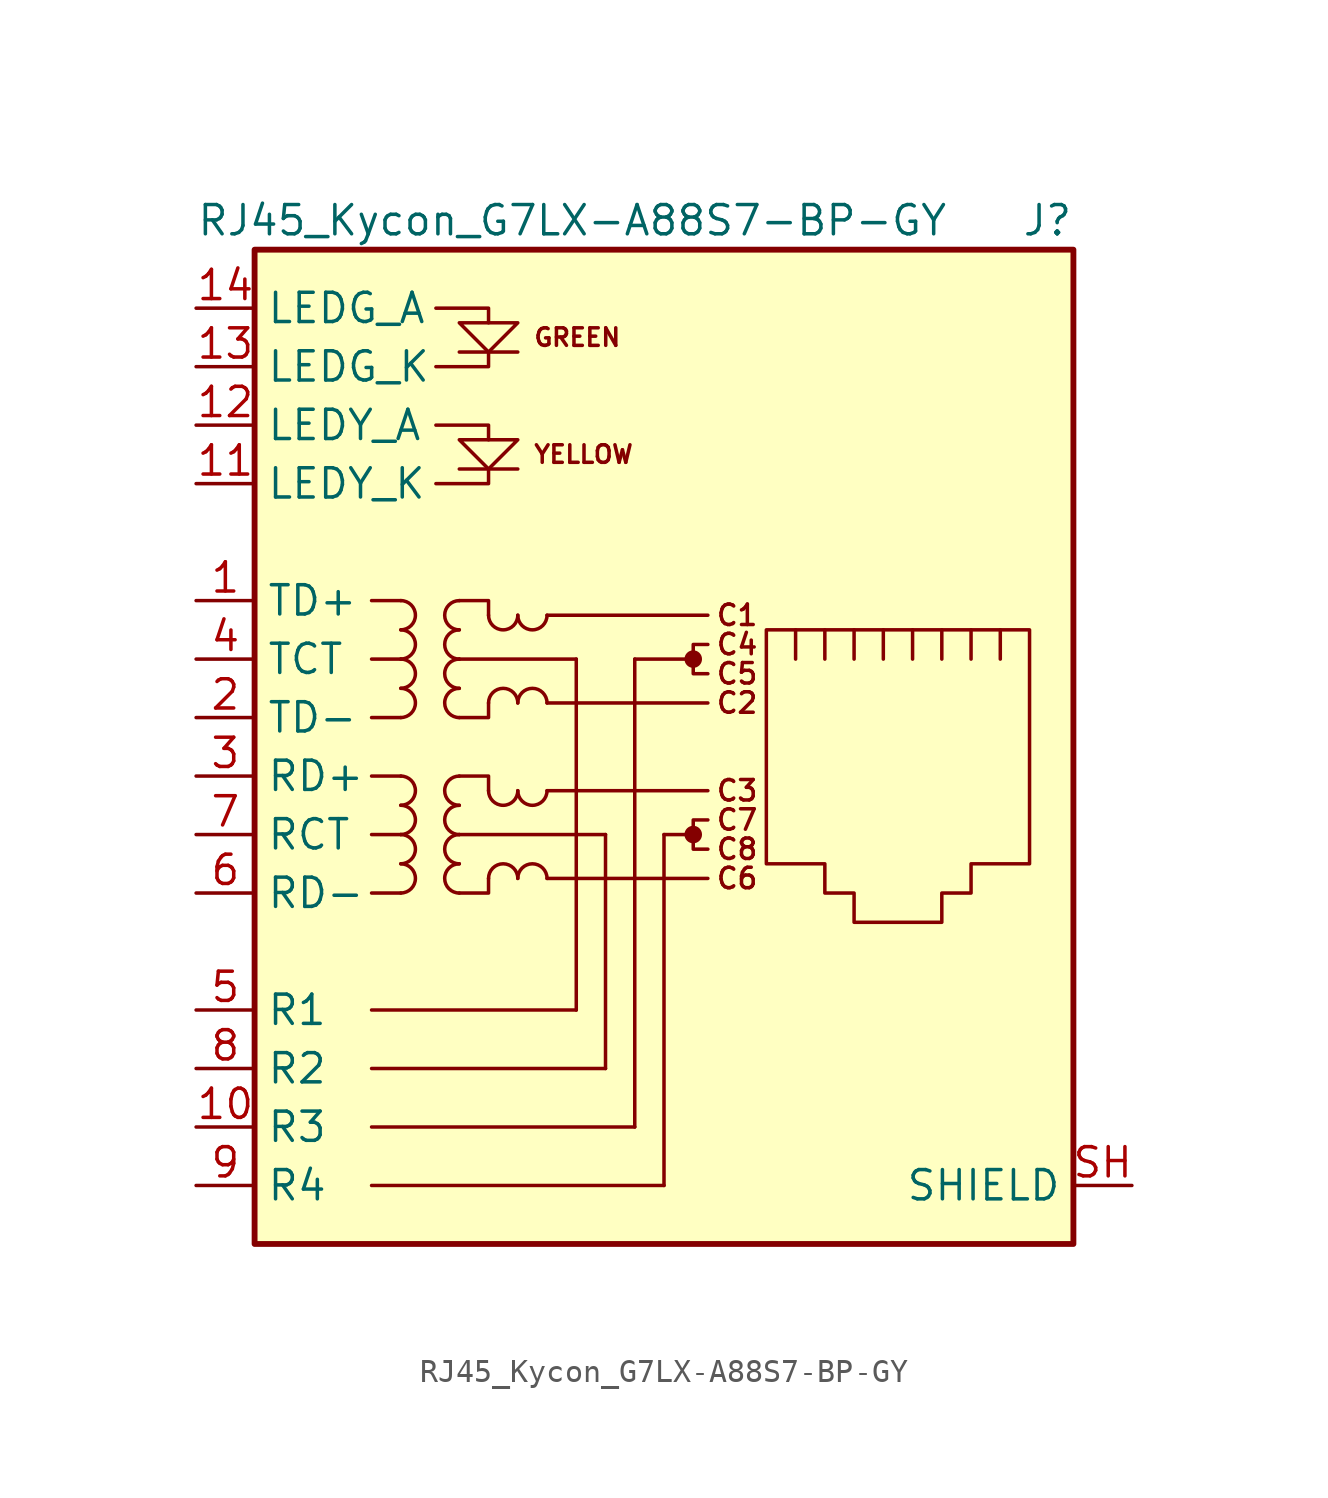
<source format=kicad_sym>
(kicad_symbol_lib
  (version 20220914)
  (generator kicad_symbol_editor)
  (symbol "RJ45_Kycon_G7LX-A88S7-BP-GY"
    (property "Reference" "J"
      (at 17.78 24.13 0)
      (effects (font (size 1.27 1.27)) (justify right)))
    (property "Value" "RJ45_Kycon_G7LX-A88S7-BP-GY"
      (at -20.32 24.13 0)
      (effects (font (size 1.27 1.27)) (justify left)))
    (symbol "RJ45_Kycon_G7LX-A88S7-BP-GY_0_0"
      (polyline (pts (xy -6.35 13.335) (xy -8.89 13.335)) (stroke (width 0) (type default)) (fill (type none)))
      (polyline (pts (xy -6.35 18.415) (xy -8.89 18.415)) (stroke (width 0) (type default)) (fill (type none)))
      (polyline (pts (xy -3.81 5.08) (xy -3.81 -10.16)) (stroke (width 0) (type default)) (fill (type none)))
      (polyline (pts (xy -2.54 -12.7) (xy -2.54 -2.54)) (stroke (width 0) (type default)) (fill (type none)))
      (polyline (pts (xy -1.27 -15.24) (xy -1.27 5.08)) (stroke (width 0) (type default)) (fill (type none)))
      (polyline (pts (xy 0 -17.78) (xy 0 -2.54)) (stroke (width 0) (type default)) (fill (type none)))
      (polyline (pts (xy 1.27 -2.54) (xy 0 -2.54)) (stroke (width 0) (type default)) (fill (type none)))
      (polyline (pts (xy 1.27 5.08) (xy -1.27 5.08)) (stroke (width 0) (type default)) (fill (type none)))
      (polyline (pts (xy -9.906 12.7) (xy -7.62 12.7) (xy -7.62 13.335)) (stroke (width 0) (type default)) (fill (type none)))
      (polyline (pts (xy -9.906 15.24) (xy -7.62 15.24) (xy -7.62 14.605)) (stroke (width 0) (type default)) (fill (type none)))
      (polyline (pts (xy -9.906 20.32) (xy -7.62 20.32) (xy -7.62 19.685)) (stroke (width 0) (type default)) (fill (type none)))
      (polyline (pts (xy -7.62 18.415) (xy -7.62 17.78) (xy -9.906 17.78)) (stroke (width 0) (type default)) (fill (type none)))
      (polyline (pts (xy -8.89 19.685) (xy -6.35 19.685) (xy -7.62 18.415) (xy -8.89 19.685)) (stroke (width 0) (type default)) (fill (type none)))
      (polyline (pts (xy -6.35 14.605) (xy -8.89 14.605) (xy -7.62 13.335) (xy -6.35 14.605)) (stroke (width 0) (type default)) (fill (type none)))
      (polyline (pts (xy 1.905 -1.905) (xy 1.27 -1.905) (xy 1.27 -3.175) (xy 1.905 -3.175)) (stroke (width 0) (type default)) (fill (type none)))
      (polyline (pts (xy 1.905 5.715) (xy 1.27 5.715) (xy 1.27 4.445) (xy 1.905 4.445)) (stroke (width 0) (type default)) (fill (type none)))
      (circle (center 1.27 -2.54) (radius 0.254) (stroke (width 0.254) (type default)) (fill (type outline)))
      (circle (center 1.27 5.08) (radius 0.254) (stroke (width 0.254) (type default)) (fill (type outline)))
      (text "C1" (at 3.175 6.985 0) (effects (font (size 0.889 0.889))))
      (text "C2" (at 3.175 3.175 0) (effects (font (size 0.889 0.889))))
      (text "C3" (at 3.175 -0.635 0) (effects (font (size 0.889 0.889))))
      (text "C4" (at 3.175 5.715 0) (effects (font (size 0.889 0.889))))
      (text "C5" (at 3.175 4.445 0) (effects (font (size 0.889 0.889))))
      (text "C6" (at 3.175 -4.445 0) (effects (font (size 0.889 0.889))))
      (text "C7" (at 3.175 -1.905 0) (effects (font (size 0.889 0.889))))
      (text "C8" (at 3.175 -3.175 0) (effects (font (size 0.889 0.889))))
      (text "GREEN" (at -5.715 19.05 0) (effects (font (size 0.762 0.762)) (justify left)))
      (text "YELLOW" (at -5.715 13.97 0) (effects (font (size 0.762 0.762)) (justify left))))
    (symbol "RJ45_Kycon_G7LX-A88S7-BP-GY_0_1"
      (rectangle (start -17.78 22.86) (end 17.78 -20.32) (stroke (width 0.254) (type default)) (fill (type background)))
      (arc (start -11.43 -5.08) (mid -10.7977 -4.445) (end -11.43 -3.81) (stroke (width 0) (type default)) (fill (type none)))
      (arc (start -11.43 -3.81) (mid -10.7977 -3.175) (end -11.43 -2.54) (stroke (width 0) (type default)) (fill (type none)))
      (arc (start -11.43 -2.54) (mid -10.7977 -1.905) (end -11.43 -1.27) (stroke (width 0) (type default)) (fill (type none)))
      (arc (start -11.43 -1.27) (mid -10.7977 -0.635) (end -11.43 0) (stroke (width 0) (type default)) (fill (type none)))
      (arc (start -11.43 2.54) (mid -10.7977 3.175) (end -11.43 3.81) (stroke (width 0) (type default)) (fill (type none)))
      (arc (start -11.43 3.81) (mid -10.7977 4.445) (end -11.43 5.08) (stroke (width 0) (type default)) (fill (type none)))
      (arc (start -11.43 5.08) (mid -10.7977 5.715) (end -11.43 6.35) (stroke (width 0) (type default)) (fill (type none)))
      (arc (start -11.43 6.35) (mid -10.7977 6.985) (end -11.43 7.62) (stroke (width 0) (type default)) (fill (type none)))
      (arc (start -8.89 -3.81) (mid -9.5223 -4.445) (end -8.89 -5.08) (stroke (width 0) (type default)) (fill (type none)))
      (arc (start -8.89 -2.54) (mid -9.5223 -3.175) (end -8.89 -3.81) (stroke (width 0) (type default)) (fill (type none)))
      (arc (start -8.89 -1.27) (mid -9.5223 -1.905) (end -8.89 -2.54) (stroke (width 0) (type default)) (fill (type none)))
      (arc (start -8.89 0) (mid -9.5223 -0.635) (end -8.89 -1.27) (stroke (width 0) (type default)) (fill (type none)))
      (arc (start -8.89 3.81) (mid -9.5223 3.175) (end -8.89 2.54) (stroke (width 0) (type default)) (fill (type none)))
      (arc (start -8.89 5.08) (mid -9.5223 4.445) (end -8.89 3.81) (stroke (width 0) (type default)) (fill (type none)))
      (arc (start -8.89 6.35) (mid -9.5223 5.715) (end -8.89 5.08) (stroke (width 0) (type default)) (fill (type none)))
      (arc (start -8.89 7.62) (mid -9.5223 6.985) (end -8.89 6.35) (stroke (width 0) (type default)) (fill (type none)))
      (arc (start -7.62 -0.635) (mid -6.985 -1.2673) (end -6.35 -0.635) (stroke (width 0) (type default)) (fill (type none)))
      (arc (start -7.62 6.985) (mid -6.985 6.3527) (end -6.35 6.985) (stroke (width 0) (type default)) (fill (type none)))
      (arc (start -6.35 -4.445) (mid -6.985 -3.8127) (end -7.62 -4.445) (stroke (width 0) (type default)) (fill (type none)))
      (arc (start -6.35 -0.635) (mid -5.715 -1.2673) (end -5.08 -0.635) (stroke (width 0) (type default)) (fill (type none)))
      (arc (start -6.35 3.175) (mid -6.985 3.8073) (end -7.62 3.175) (stroke (width 0) (type default)) (fill (type none)))
      (arc (start -6.35 6.985) (mid -5.715 6.3527) (end -5.08 6.985) (stroke (width 0) (type default)) (fill (type none)))
      (arc (start -5.08 -4.445) (mid -5.715 -3.8127) (end -6.35 -4.445) (stroke (width 0) (type default)) (fill (type none)))
      (arc (start -5.08 3.175) (mid -5.715 3.8073) (end -6.35 3.175) (stroke (width 0) (type default)) (fill (type none)))
      (polyline (pts (xy -12.7 -17.78) (xy 0 -17.78)) (stroke (width 0) (type default)) (fill (type none)))
      (polyline (pts (xy -12.7 -15.24) (xy -1.27 -15.24)) (stroke (width 0) (type default)) (fill (type none)))
      (polyline (pts (xy -12.7 -12.7) (xy -2.54 -12.7)) (stroke (width 0) (type default)) (fill (type none)))
      (polyline (pts (xy -12.7 -10.16) (xy -3.81 -10.16)) (stroke (width 0) (type default)) (fill (type none)))
      (polyline (pts (xy -11.43 -5.08) (xy -12.7 -5.08)) (stroke (width 0) (type default)) (fill (type none)))
      (polyline (pts (xy -11.43 -2.54) (xy -12.7 -2.54)) (stroke (width 0) (type default)) (fill (type none)))
      (polyline (pts (xy -11.43 0) (xy -12.7 0)) (stroke (width 0) (type default)) (fill (type none)))
      (polyline (pts (xy -11.43 2.54) (xy -12.7 2.54)) (stroke (width 0) (type default)) (fill (type none)))
      (polyline (pts (xy -11.43 5.08) (xy -12.7 5.08)) (stroke (width 0) (type default)) (fill (type none)))
      (polyline (pts (xy -11.43 7.62) (xy -12.7 7.62)) (stroke (width 0) (type default)) (fill (type none)))
      (polyline (pts (xy -5.08 -4.445) (xy 1.905 -4.445)) (stroke (width 0) (type default)) (fill (type none)))
      (polyline (pts (xy -5.08 -0.635) (xy 1.905 -0.635)) (stroke (width 0) (type default)) (fill (type none)))
      (polyline (pts (xy -5.08 3.175) (xy 1.905 3.175)) (stroke (width 0) (type default)) (fill (type none)))
      (polyline (pts (xy -5.08 6.985) (xy 1.905 6.985)) (stroke (width 0) (type default)) (fill (type none)))
      (polyline (pts (xy -3.81 5.08) (xy -8.89 5.08)) (stroke (width 0) (type default)) (fill (type none)))
      (polyline (pts (xy -2.54 -2.54) (xy -8.89 -2.54)) (stroke (width 0) (type default)) (fill (type none)))
      (polyline (pts (xy 5.715 5.08) (xy 5.715 6.35)) (stroke (width 0) (type default)) (fill (type none)))
      (polyline (pts (xy 6.985 6.35) (xy 6.985 5.08)) (stroke (width 0) (type default)) (fill (type none)))
      (polyline (pts (xy 8.255 6.35) (xy 8.255 5.08)) (stroke (width 0) (type default)) (fill (type none)))
      (polyline (pts (xy 9.525 6.35) (xy 9.525 5.08)) (stroke (width 0) (type default)) (fill (type none)))
      (polyline (pts (xy 10.795 6.35) (xy 10.795 5.08)) (stroke (width 0) (type default)) (fill (type none)))
      (polyline (pts (xy 12.065 6.35) (xy 12.065 5.08)) (stroke (width 0) (type default)) (fill (type none)))
      (polyline (pts (xy 13.335 5.08) (xy 13.335 6.35)) (stroke (width 0) (type default)) (fill (type none)))
      (polyline (pts (xy 14.605 5.08) (xy 14.605 6.35)) (stroke (width 0) (type default)) (fill (type none)))
      (polyline (pts (xy -8.89 0) (xy -7.62 0) (xy -7.62 -0.635)) (stroke (width 0) (type default)) (fill (type none)))
      (polyline (pts (xy -8.89 7.62) (xy -7.62 7.62) (xy -7.62 6.985)) (stroke (width 0) (type default)) (fill (type none)))
      (polyline (pts (xy -7.62 -4.445) (xy -7.62 -5.08) (xy -8.89 -5.08)) (stroke (width 0) (type default)) (fill (type none)))
      (polyline (pts (xy -7.62 3.175) (xy -7.62 2.54) (xy -8.89 2.54)) (stroke (width 0) (type default)) (fill (type none)))
      (polyline (pts (xy 4.445 6.35) (xy 15.875 6.35) (xy 15.875 -3.81) (xy 13.335 -3.81) (xy 13.335 -5.08) (xy 12.065 -5.08) (xy 12.065 -6.35) (xy 8.255 -6.35) (xy 8.255 -5.08) (xy 6.985 -5.08) (xy 6.985 -3.81) (xy 4.445 -3.81) (xy 4.445 6.35)) (stroke (width 0) (type default)) (fill (type none))))
    (symbol "RJ45_Kycon_G7LX-A88S7-BP-GY_1_1"
      (pin passive line (at -20.32 7.62 0) (length 2.54) (name "TD+" (effects (font (size 1.27 1.27)))) (number "1" (effects (font (size 1.27 1.27)))))
      (pin passive line (at -20.32 -15.24 0) (length 2.54) (name "R3" (effects (font (size 1.27 1.27)))) (number "10" (effects (font (size 1.27 1.27)))))
      (pin passive line (at -20.32 12.7 0) (length 2.54) (name "LEDY_K" (effects (font (size 1.27 1.27)))) (number "11" (effects (font (size 1.27 1.27)))))
      (pin passive line (at -20.32 15.24 0) (length 2.54) (name "LEDY_A" (effects (font (size 1.27 1.27)))) (number "12" (effects (font (size 1.27 1.27)))))
      (pin passive line (at -20.32 17.78 0) (length 2.54) (name "LEDG_K" (effects (font (size 1.27 1.27)))) (number "13" (effects (font (size 1.27 1.27)))))
      (pin passive line (at -20.32 20.32 0) (length 2.54) (name "LEDG_A" (effects (font (size 1.27 1.27)))) (number "14" (effects (font (size 1.27 1.27)))))
      (pin passive line (at -20.32 2.54 0) (length 2.54) (name "TD-" (effects (font (size 1.27 1.27)))) (number "2" (effects (font (size 1.27 1.27)))))
      (pin passive line (at -20.32 0 0) (length 2.54) (name "RD+" (effects (font (size 1.27 1.27)))) (number "3" (effects (font (size 1.27 1.27)))))
      (pin passive line (at -20.32 5.08 0) (length 2.54) (name "TCT" (effects (font (size 1.27 1.27)))) (number "4" (effects (font (size 1.27 1.27)))))
      (pin passive line (at -20.32 -10.16 0) (length 2.54) (name "R1" (effects (font (size 1.27 1.27)))) (number "5" (effects (font (size 1.27 1.27)))))
      (pin passive line (at -20.32 -5.08 0) (length 2.54) (name "RD-" (effects (font (size 1.27 1.27)))) (number "6" (effects (font (size 1.27 1.27)))))
      (pin passive line (at -20.32 -2.54 0) (length 2.54) (name "RCT" (effects (font (size 1.27 1.27)))) (number "7" (effects (font (size 1.27 1.27)))))
      (pin passive line (at -20.32 -12.7 0) (length 2.54) (name "R2" (effects (font (size 1.27 1.27)))) (number "8" (effects (font (size 1.27 1.27)))))
      (pin passive line (at -20.32 -17.78 0) (length 2.54) (name "R4" (effects (font (size 1.27 1.27)))) (number "9" (effects (font (size 1.27 1.27)))))
      (pin passive line (at 20.32 -17.78 180) (length 2.54) (name "SHIELD" (effects (font (size 1.27 1.27)))) (number "SH" (effects (font (size 1.27 1.27))))))))
</source>
